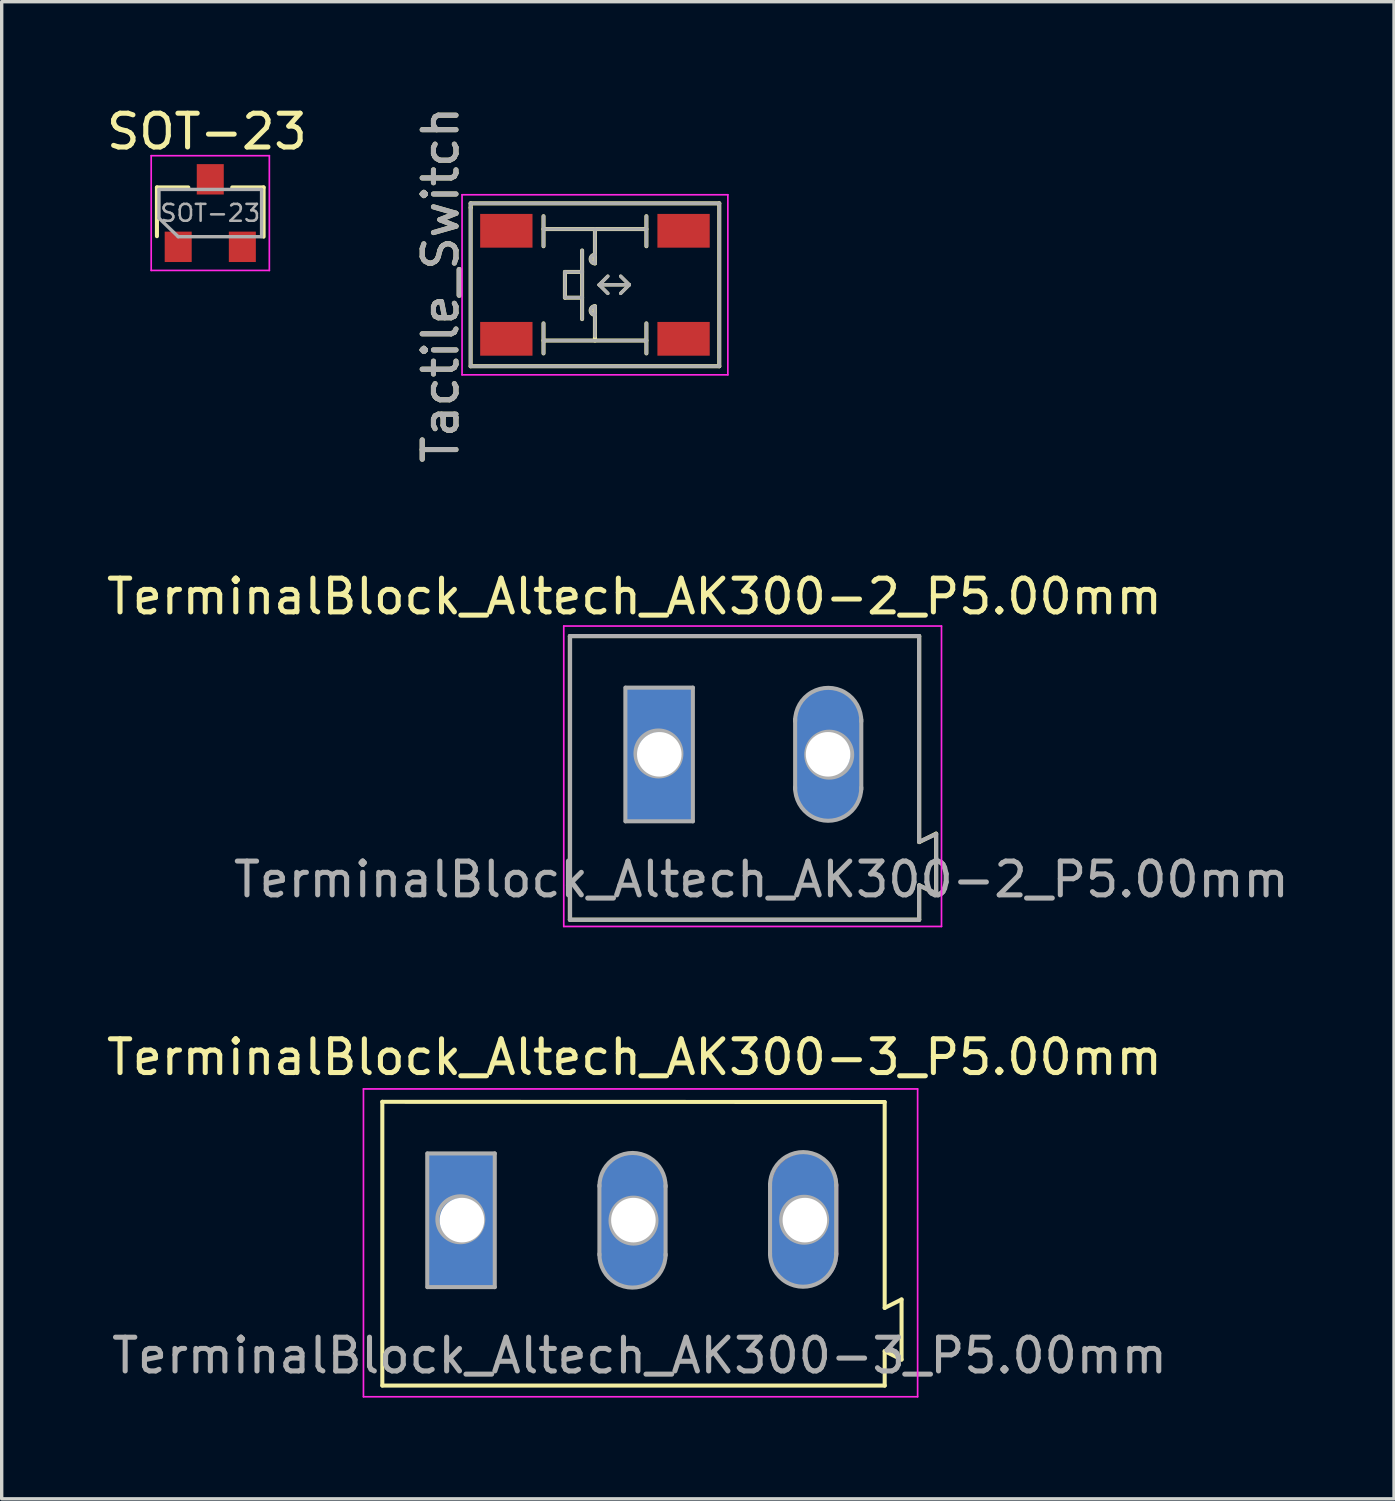
<source format=kicad_pcb>
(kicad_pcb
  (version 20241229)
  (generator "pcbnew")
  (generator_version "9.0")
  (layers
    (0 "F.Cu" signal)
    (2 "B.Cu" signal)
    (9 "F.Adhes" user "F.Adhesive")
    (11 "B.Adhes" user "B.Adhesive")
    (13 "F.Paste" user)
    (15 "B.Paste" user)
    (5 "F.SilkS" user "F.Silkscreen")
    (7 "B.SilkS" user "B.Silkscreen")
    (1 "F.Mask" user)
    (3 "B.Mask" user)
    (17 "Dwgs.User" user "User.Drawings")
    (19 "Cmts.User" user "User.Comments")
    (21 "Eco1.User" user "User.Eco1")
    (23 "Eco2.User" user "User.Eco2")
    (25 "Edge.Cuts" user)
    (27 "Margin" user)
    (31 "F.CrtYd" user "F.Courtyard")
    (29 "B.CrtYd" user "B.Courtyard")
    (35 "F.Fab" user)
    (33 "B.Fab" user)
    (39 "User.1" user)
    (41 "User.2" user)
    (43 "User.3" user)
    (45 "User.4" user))
  (footprint "Tactile_Switch"
    (layer "F.Cu")
    (at 14.575 5.387)
    (property "Reference" "Tactile_Switch" (at -4.572 0 90) (layer "F.SilkS") (effects (font (size 1 1) (thickness 0.15))))
    (attr through_hole)
    (fp_line (start -3.683 -2.413) (end -3.683 -2.286) (stroke (width 0.12) (type solid)) (layer "F.SilkS"))
    (fp_line (start -3.683 -2.286) (end -3.683 2.413) (stroke (width 0.12) (type solid)) (layer "F.SilkS"))
    (fp_line (start -3.683 2.413) (end 3.683 2.413) (stroke (width 0.12) (type solid)) (layer "F.SilkS"))
    (fp_line (start -1.524 -2.032) (end -1.524 -1.143) (stroke (width 0.12) (type solid)) (layer "F.SilkS"))
    (fp_line (start -1.524 -1.651) (end 1.524 -1.651) (stroke (width 0.12) (type solid)) (layer "F.SilkS"))
    (fp_line (start -1.524 1.651) (end 1.524 1.651) (stroke (width 0.12) (type solid)) (layer "F.SilkS"))
    (fp_line (start -1.524 2.032) (end -1.524 1.143) (stroke (width 0.12) (type solid)) (layer "F.SilkS"))
    (fp_line (start -0.889 -0.381) (end -0.889 0.381) (stroke (width 0.12) (type solid)) (layer "F.SilkS"))
    (fp_line (start -0.889 0.381) (end -0.381 0.381) (stroke (width 0.12) (type solid)) (layer "F.SilkS"))
    (fp_line (start -0.381 -1.016) (end -0.381 1.016) (stroke (width 0.12) (type solid)) (layer "F.SilkS"))
    (fp_line (start -0.381 -0.381) (end -0.889 -0.381) (stroke (width 0.12) (type solid)) (layer "F.SilkS"))
    (fp_line (start 0 -1.651) (end 0 -0.635) (stroke (width 0.12) (type solid)) (layer "F.SilkS"))
    (fp_line (start 0 1.651) (end 0 0.635) (stroke (width 0.12) (type solid)) (layer "F.SilkS"))
    (fp_line (start 0.127 0) (end 0.381 -0.254) (stroke (width 0.1) (type solid)) (layer "F.SilkS"))
    (fp_line (start 0.127 0) (end 0.381 0.254) (stroke (width 0.1) (type solid)) (layer "F.SilkS"))
    (fp_line (start 0.127 0) (end 1.016 0) (stroke (width 0.1) (type solid)) (layer "F.SilkS"))
    (fp_line (start 1.016 0) (end 0.762 -0.254) (stroke (width 0.1) (type solid)) (layer "F.SilkS"))
    (fp_line (start 1.016 0) (end 0.762 0.254) (stroke (width 0.1) (type solid)) (layer "F.SilkS"))
    (fp_line (start 1.524 -2.032) (end 1.524 -1.143) (stroke (width 0.12) (type solid)) (layer "F.SilkS"))
    (fp_line (start 1.524 2.032) (end 1.524 1.143) (stroke (width 0.12) (type solid)) (layer "F.SilkS"))
    (fp_line (start 3.683 -2.413) (end -3.683 -2.413) (stroke (width 0.12) (type solid)) (layer "F.SilkS"))
    (fp_line (start 3.683 2.413) (end 3.683 -2.413) (stroke (width 0.12) (type solid)) (layer "F.SilkS"))
    (fp_arc (start 0 -0.635) (mid -0.127 -0.762) (end 0 -0.889) (stroke (width 0.12) (type solid)) (layer "F.SilkS"))
    (fp_arc (start 0 0.889) (mid -0.127 0.762) (end 0 0.635) (stroke (width 0.12) (type solid)) (layer "F.SilkS"))
    (fp_line (start -3.937 -2.667) (end -3.937 2.667) (stroke (width 0.05) (type solid)) (layer "F.CrtYd"))
    (fp_line (start -3.937 2.667) (end 3.937 2.667) (stroke (width 0.05) (type solid)) (layer "F.CrtYd"))
    (fp_line (start 3.937 -2.667) (end -3.937 -2.667) (stroke (width 0.05) (type solid)) (layer "F.CrtYd"))
    (fp_line (start 3.937 2.667) (end 3.937 -2.667) (stroke (width 0.05) (type solid)) (layer "F.CrtYd"))
    (fp_line (start -3.683 -2.413) (end -3.683 2.413) (stroke (width 0.1) (type solid)) (layer "F.Fab"))
    (fp_line (start -3.683 2.413) (end 3.683 2.413) (stroke (width 0.1) (type solid)) (layer "F.Fab"))
    (fp_line (start -1.524 -2.032) (end -1.524 -1.143) (stroke (width 0.1) (type solid)) (layer "F.Fab"))
    (fp_line (start -1.524 -1.651) (end 1.524 -1.651) (stroke (width 0.1) (type solid)) (layer "F.Fab"))
    (fp_line (start -1.524 1.143) (end -1.524 2.032) (stroke (width 0.1) (type solid)) (layer "F.Fab"))
    (fp_line (start -1.524 1.651) (end 1.524 1.651) (stroke (width 0.1) (type solid)) (layer "F.Fab"))
    (fp_line (start -0.889 -0.381) (end -0.889 0.381) (stroke (width 0.1) (type solid)) (layer "F.Fab"))
    (fp_line (start -0.889 0.381) (end -0.381 0.381) (stroke (width 0.1) (type solid)) (layer "F.Fab"))
    (fp_line (start -0.381 -1.016) (end -0.381 1.016) (stroke (width 0.1) (type solid)) (layer "F.Fab"))
    (fp_line (start -0.381 -0.381) (end -0.889 -0.381) (stroke (width 0.1) (type solid)) (layer "F.Fab"))
    (fp_line (start 0 -1.651) (end 0 -0.635) (stroke (width 0.1) (type solid)) (layer "F.Fab"))
    (fp_line (start 0 0.635) (end 0 1.524) (stroke (width 0.1) (type solid)) (layer "F.Fab"))
    (fp_line (start 0.127 0) (end 0.381 -0.254) (stroke (width 0.1) (type solid)) (layer "F.Fab"))
    (fp_line (start 0.127 0) (end 0.381 0.254) (stroke (width 0.1) (type solid)) (layer "F.Fab"))
    (fp_line (start 0.127 0) (end 1.016 0) (stroke (width 0.1) (type solid)) (layer "F.Fab"))
    (fp_line (start 1.016 0) (end 0.762 -0.254) (stroke (width 0.1) (type solid)) (layer "F.Fab"))
    (fp_line (start 1.016 0) (end 0.762 0.254) (stroke (width 0.1) (type solid)) (layer "F.Fab"))
    (fp_line (start 1.524 -2.032) (end 1.524 -1.143) (stroke (width 0.1) (type solid)) (layer "F.Fab"))
    (fp_line (start 1.524 1.143) (end 1.524 2.032) (stroke (width 0.1) (type solid)) (layer "F.Fab"))
    (fp_line (start 3.683 -2.413) (end -3.683 -2.413) (stroke (width 0.1) (type solid)) (layer "F.Fab"))
    (fp_line (start 3.683 2.413) (end 3.683 -2.413) (stroke (width 0.1) (type solid)) (layer "F.Fab"))
    (fp_arc (start 0 -0.635) (mid -0.127 -0.762) (end 0 -0.889) (stroke (width 0.1) (type solid)) (layer "F.Fab"))
    (fp_arc (start 0 0.889) (mid -0.127 0.762) (end 0 0.635) (stroke (width 0.1) (type solid)) (layer "F.Fab"))
    (fp_text user "${REFERENCE}" (at -4.572 0 90) (layer "F.Fab") (effects (font (size 1 1) (thickness 0.15))))
    (pad "1" smd rect (at -2.625 -1.6) (size 1.55 1) (layers "F.Cu" "F.Mask" "F.Paste"))
    (pad "2" smd rect (at 2.625 -1.6) (size 1.55 1) (layers "F.Cu" "F.Mask" "F.Paste"))
    (pad "3" smd rect (at -2.625 1.6) (size 1.55 1) (layers "F.Cu" "F.Mask" "F.Paste"))
    (pad "4" smd rect (at 2.625 1.6) (size 1.55 1) (layers "F.Cu" "F.Mask" "F.Paste")))
  (footprint "SOT-23"
    (layer "F.Cu")
    (at 3.281 3.541)
    (property "Reference" "SOT-23" (at -0.203 -2.692 180) (layer "F.SilkS") (effects (font (size 1 1) (thickness 0.15))))
    (attr smd)
    (fp_line (start -1.682 -1.039) (end -1.682 0.406) (stroke (width 0.12) (type solid)) (layer "F.SilkS"))
    (fp_line (start -1.682 -1.039) (end -0.752 -1.039) (stroke (width 0.12) (type solid)) (layer "F.SilkS"))
    (fp_line (start 1.478 -1.039) (end 0.548 -1.039) (stroke (width 0.12) (type solid)) (layer "F.SilkS"))
    (fp_line (start 1.478 -1.039) (end 1.478 0.421) (stroke (width 0.12) (type solid)) (layer "F.SilkS"))
    (fp_line (start -1.852 -1.979) (end 1.648 -1.979) (stroke (width 0.05) (type solid)) (layer "F.CrtYd"))
    (fp_line (start -1.852 1.421) (end -1.852 -1.979) (stroke (width 0.05) (type solid)) (layer "F.CrtYd"))
    (fp_line (start 1.648 -1.979) (end 1.648 1.421) (stroke (width 0.05) (type solid)) (layer "F.CrtYd"))
    (fp_line (start 1.648 1.421) (end -1.852 1.421) (stroke (width 0.05) (type solid)) (layer "F.CrtYd"))
    (fp_line (start -1.622 -0.979) (end 1.418 -0.979) (stroke (width 0.1) (type solid)) (layer "F.Fab"))
    (fp_line (start -1.622 -0.129) (end -1.622 -0.979) (stroke (width 0.1) (type solid)) (layer "F.Fab"))
    (fp_line (start -1.052 0.421) (end -1.622 -0.129) (stroke (width 0.1) (type solid)) (layer "F.Fab"))
    (fp_line (start -1.052 0.421) (end 1.398 0.421) (stroke (width 0.1) (type solid)) (layer "F.Fab"))
    (fp_line (start 1.418 0.421) (end 1.418 -0.979) (stroke (width 0.1) (type solid)) (layer "F.Fab"))
    (fp_text user "${REFERENCE}" (at -0.102 -0.279 180) (layer "F.Fab") (effects (font (size 0.5 0.5) (thickness 0.075))))
    (pad "1" smd rect (at -1.052 0.721 90) (size 0.9 0.8) (layers "F.Cu" "F.Mask" "F.Paste"))
    (pad "2" smd rect (at 0.848 0.721 90) (size 0.9 0.8) (layers "F.Cu" "F.Mask" "F.Paste"))
    (pad "3" smd rect (at -0.102 -1.279 90) (size 0.9 0.8) (layers "F.Cu" "F.Mask" "F.Paste")))
  (footprint "TerminalBlock_Altech_AK300-3_P5.00mm"
    (layer "F.Cu")
    (at 15.896 33.273)
    (property "Reference" "TerminalBlock_Altech_AK300-3_P5.00mm" (at -0.152 -5.004 0) (layer "F.SilkS") (effects (font (size 1 1) (thickness 0.15))))
    (attr through_hole)
    (fp_line (start -7.62 -3.683) (end -7.62 4.723) (stroke (width 0.12) (type solid)) (layer "F.SilkS"))
    (fp_line (start -7.62 4.723) (end 7.264 4.724) (stroke (width 0.12) (type solid)) (layer "F.SilkS"))
    (fp_line (start 7.262 -3.677) (end -7.622 -3.683) (stroke (width 0.12) (type solid)) (layer "F.SilkS"))
    (fp_line (start 7.262 2.423) (end 7.262 -3.677) (stroke (width 0.12) (type solid)) (layer "F.SilkS"))
    (fp_line (start 7.262 3.703) (end 7.762 3.953) (stroke (width 0.12) (type solid)) (layer "F.SilkS"))
    (fp_line (start 7.262 4.724) (end 7.262 3.703) (stroke (width 0.12) (type solid)) (layer "F.SilkS"))
    (fp_line (start 7.762 2.173) (end 7.262 2.423) (stroke (width 0.12) (type solid)) (layer "F.SilkS"))
    (fp_line (start 7.762 3.953) (end 7.762 2.173) (stroke (width 0.12) (type solid)) (layer "F.SilkS"))
    (fp_line (start -8.179 -4.064) (end -8.179 5.055) (stroke (width 0.05) (type solid)) (layer "F.CrtYd"))
    (fp_line (start -8.179 -4.064) (end 8.238 -4.064) (stroke (width 0.05) (type solid)) (layer "F.CrtYd"))
    (fp_line (start 8.238 5.055) (end -8.179 5.055) (stroke (width 0.05) (type solid)) (layer "F.CrtYd"))
    (fp_line (start 8.238 5.055) (end 8.238 -4.064) (stroke (width 0.05) (type solid)) (layer "F.CrtYd"))
    (fp_line (start -6.289 1.807) (end -6.289 -2.153) (stroke (width 0.12) (type solid)) (layer "F.Fab"))
    (fp_line (start -6.279 -2.153) (end -4.289 -2.153) (stroke (width 0.12) (type solid)) (layer "F.Fab"))
    (fp_line (start -4.289 -2.153) (end -4.289 1.807) (stroke (width 0.12) (type solid)) (layer "F.Fab"))
    (fp_line (start -4.289 1.807) (end -6.279 1.807) (stroke (width 0.12) (type solid)) (layer "F.Fab"))
    (fp_line (start -1.189 -1.213) (end -1.189 0.857) (stroke (width 0.12) (type solid)) (layer "F.Fab"))
    (fp_line (start 0.771 -1.203) (end 0.771 0.867) (stroke (width 0.12) (type solid)) (layer "F.Fab"))
    (fp_line (start 3.866 -1.239) (end 3.866 0.831) (stroke (width 0.12) (type solid)) (layer "F.Fab"))
    (fp_line (start 5.826 -1.229) (end 5.826 0.841) (stroke (width 0.12) (type solid)) (layer "F.Fab"))
    (fp_arc (start -1.188755 -1.179495) (mid -0.203452 -2.16939) (end 0.771399 -1.169201) (stroke (width 0.12) (type solid)) (layer "F.Fab"))
    (fp_arc (start 0.7714 0.833095) (mid -0.213903 1.82299) (end -1.188754 0.822801) (stroke (width 0.12) (type solid)) (layer "F.Fab"))
    (fp_arc (start 3.865845 -1.204895) (mid 4.851148 -2.19479) (end 5.825999 -1.194601) (stroke (width 0.12) (type solid)) (layer "F.Fab"))
    (fp_arc (start 5.826 0.807695) (mid 4.840697 1.79759) (end 3.865846 0.797401) (stroke (width 0.12) (type solid)) (layer "F.Fab"))
    (fp_circle (center -5.309 -0.203) (end -5.079 0.437) (stroke (width 0.12) (type solid)) (fill no) (layer "F.Fab"))
    (fp_circle (center -0.179 -0.163) (end 0.051 0.477) (stroke (width 0.12) (type solid)) (fill no) (layer "F.Fab"))
    (fp_circle (center 4.876 -0.189) (end 5.106 0.451) (stroke (width 0.12) (type solid)) (fill no) (layer "F.Fab"))
    (fp_text user "${REFERENCE}" (at 0 3.835 0) (layer "F.Fab") (effects (font (size 1 1) (thickness 0.15))))
    (pad "1" thru_hole rect (at -5.262 -0.178) (size 1.98 3.96) (drill 1.32) (layers "*.Cu" "*.Mask"))
    (pad "2" thru_hole oval (at -0.182 -0.178) (size 1.98 3.96) (drill 1.32) (layers "*.Cu" "*.Mask"))
    (pad "3" thru_hole oval (at 4.898 -0.178) (size 1.98 3.96) (drill 1.32) (layers "*.Cu" "*.Mask")))
  (footprint "TerminalBlock_Altech_AK300-2_P5.00mm"
    (layer "F.Cu")
    (at 19.001 19.996)
    (property "Reference" "TerminalBlock_Altech_AK300-2_P5.00mm" (at -3.257 -5.374 180) (layer "F.SilkS") (effects (font (size 1 1) (thickness 0.15))))
    (attr through_hole)
    (fp_line (start -5.17 -4.2) (end -5.17 4.2) (stroke (width 0.12) (type solid)) (layer "F.SilkS"))
    (fp_line (start -5.17 4.2) (end 5.18 4.2) (stroke (width 0.12) (type solid)) (layer "F.SilkS"))
    (fp_line (start 5.18 -4.2) (end -5.17 -4.2) (stroke (width 0.12) (type solid)) (layer "F.SilkS"))
    (fp_line (start 5.18 1.9) (end 5.18 -4.2) (stroke (width 0.12) (type solid)) (layer "F.SilkS"))
    (fp_line (start 5.18 3.18) (end 5.68 3.43) (stroke (width 0.12) (type solid)) (layer "F.SilkS"))
    (fp_line (start 5.18 4.2) (end 5.18 3.18) (stroke (width 0.12) (type solid)) (layer "F.SilkS"))
    (fp_line (start 5.68 1.65) (end 5.18 1.9) (stroke (width 0.12) (type solid)) (layer "F.SilkS"))
    (fp_line (start 5.68 2.4) (end 5.68 2.35) (stroke (width 0.12) (type solid)) (layer "F.SilkS"))
    (fp_line (start 5.68 3.43) (end 5.68 1.65) (stroke (width 0.12) (type solid)) (layer "F.SilkS"))
    (fp_line (start -5.35 -4.5) (end -5.35 4.4) (stroke (width 0.05) (type solid)) (layer "F.CrtYd"))
    (fp_line (start -5.35 -4.5) (end 5.84 -4.5) (stroke (width 0.05) (type solid)) (layer "F.CrtYd"))
    (fp_line (start 5.84 4.4) (end -5.35 4.4) (stroke (width 0.05) (type solid)) (layer "F.CrtYd"))
    (fp_line (start 5.84 4.4) (end 5.84 -4.5) (stroke (width 0.05) (type solid)) (layer "F.CrtYd"))
    (fp_line (start -5.162 -4.205) (end -5.162 4.202) (stroke (width 0.12) (type solid)) (layer "F.Fab"))
    (fp_line (start -5.162 -4.205) (end 5.176 -4.205) (stroke (width 0.12) (type solid)) (layer "F.Fab"))
    (fp_line (start -5.162 4.202) (end 5.176 4.202) (stroke (width 0.12) (type solid)) (layer "F.Fab"))
    (fp_line (start -3.525 1.285) (end -3.525 -2.675) (stroke (width 0.12) (type solid)) (layer "F.Fab"))
    (fp_line (start -3.515 -2.675) (end -1.525 -2.675) (stroke (width 0.12) (type solid)) (layer "F.Fab"))
    (fp_line (start -1.525 -2.675) (end -1.525 1.285) (stroke (width 0.12) (type solid)) (layer "F.Fab"))
    (fp_line (start -1.525 1.285) (end -3.515 1.285) (stroke (width 0.12) (type solid)) (layer "F.Fab"))
    (fp_line (start 1.504 -1.74) (end 1.504 0.33) (stroke (width 0.12) (type solid)) (layer "F.Fab"))
    (fp_line (start 3.464 -1.73) (end 3.464 0.34) (stroke (width 0.12) (type solid)) (layer "F.Fab"))
    (fp_line (start 5.176 -4.205) (end 5.176 1.891) (stroke (width 0.12) (type solid)) (layer "F.Fab"))
    (fp_line (start 5.176 3.186) (end 5.684 3.415) (stroke (width 0.12) (type solid)) (layer "F.Fab"))
    (fp_line (start 5.176 4.202) (end 5.176 3.186) (stroke (width 0.12) (type solid)) (layer "F.Fab"))
    (fp_line (start 5.684 1.662) (end 5.176 1.891) (stroke (width 0.12) (type solid)) (layer "F.Fab"))
    (fp_line (start 5.684 1.662) (end 5.684 3.415) (stroke (width 0.12) (type solid)) (layer "F.Fab"))
    (fp_arc (start 1.503645 -1.680895) (mid 2.488948 -2.67079) (end 3.463799 -1.670601) (stroke (width 0.12) (type solid)) (layer "F.Fab"))
    (fp_arc (start 3.4638 0.280895) (mid 2.478497 1.27079) (end 1.503646 0.270601) (stroke (width 0.12) (type solid)) (layer "F.Fab"))
    (fp_circle (center -2.545 -0.725) (end -2.315 -0.085) (stroke (width 0.12) (type solid)) (fill no) (layer "F.Fab"))
    (fp_circle (center 2.514 -0.69) (end 2.744 -0.05) (stroke (width 0.12) (type solid)) (fill no) (layer "F.Fab"))
    (fp_text user "${REFERENCE}" (at 0.503 3.008 0) (layer "F.Fab") (effects (font (size 1 1) (thickness 0.15))))
    (pad "1" thru_hole rect (at -2.52 -0.7) (size 1.98 3.96) (drill 1.32) (layers "*.Cu" "*.Mask"))
    (pad "2" thru_hole oval (at 2.48 -0.7) (size 1.98 3.96) (drill 1.32) (layers "*.Cu" "*.Mask")))
  (gr_rect
    (start -3 -3)
    (end 38.247 41.352)
    (stroke (width 0.1) (type default))
    (fill no)
    (layer "Edge.Cuts")))
</source>
